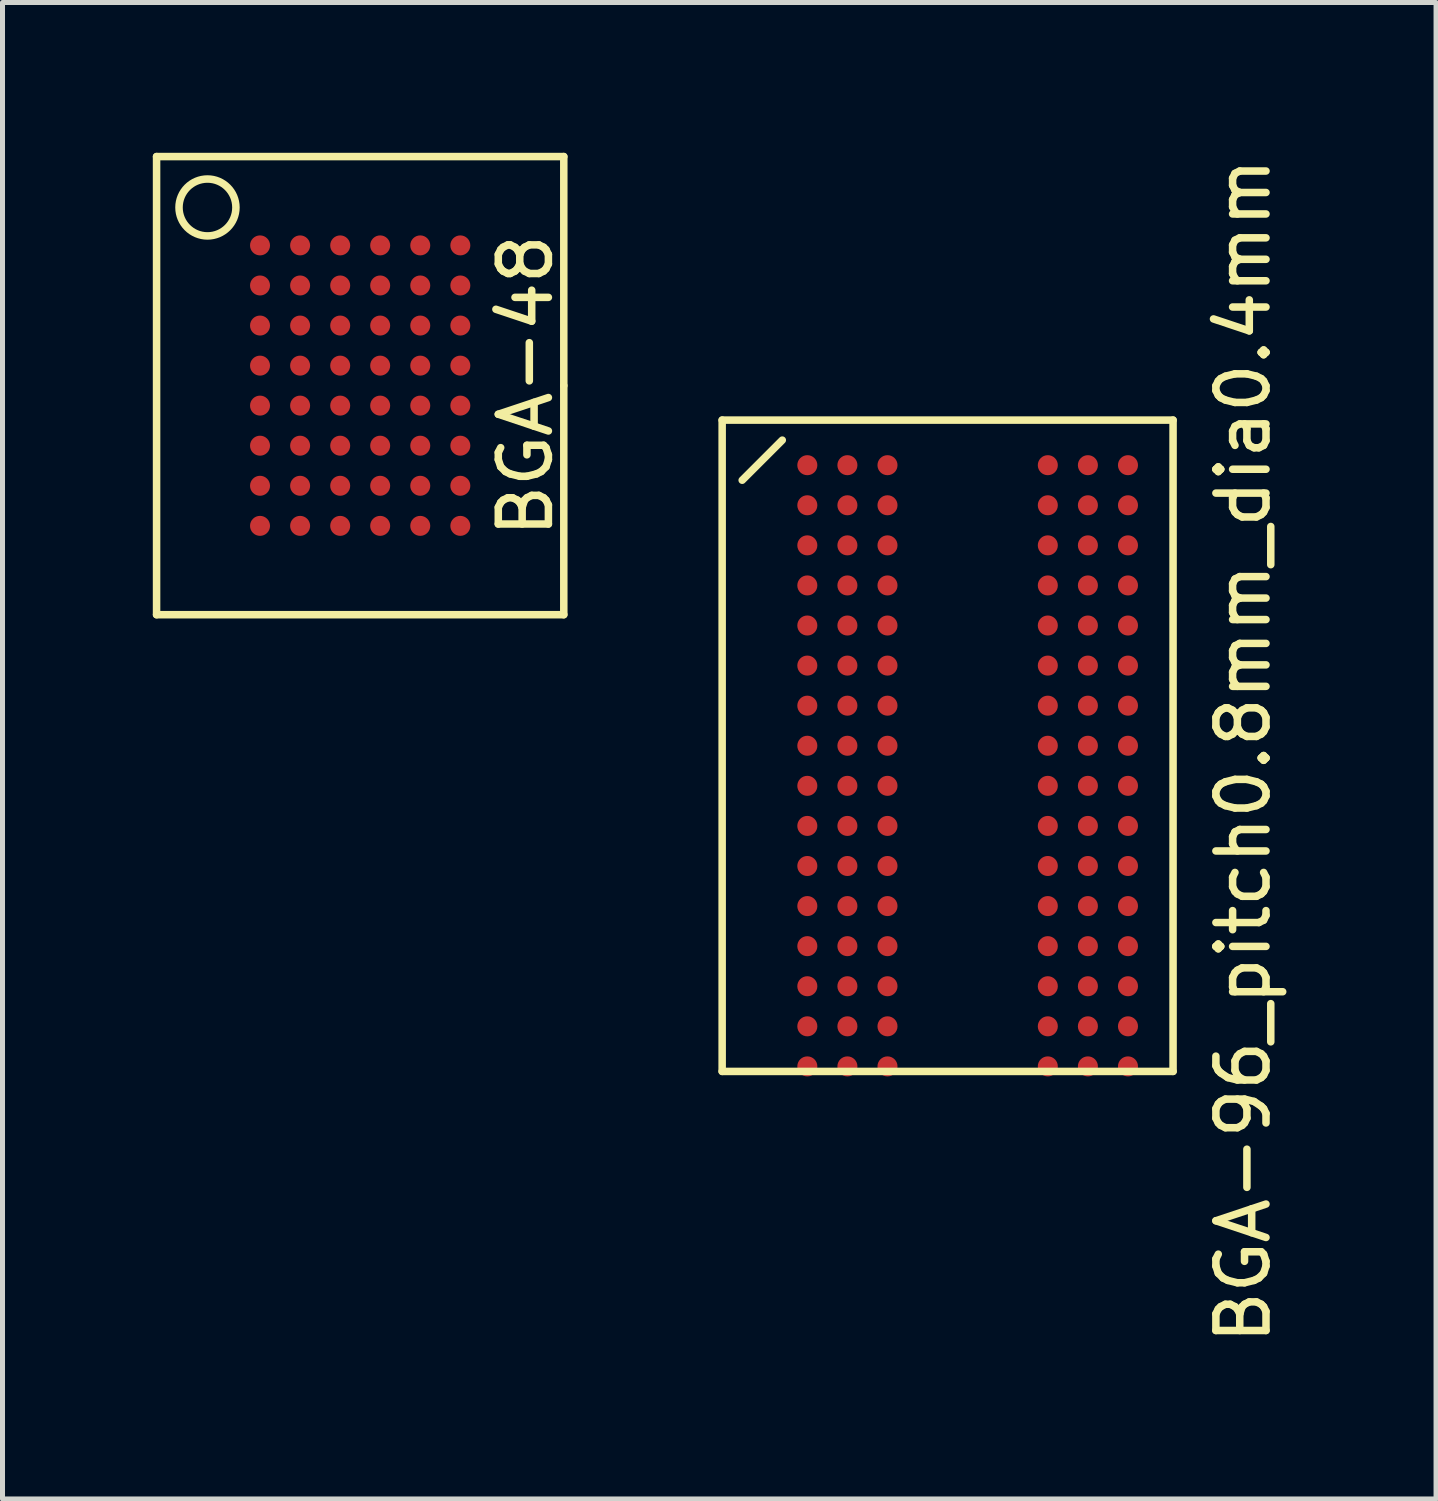
<source format=kicad_pcb>
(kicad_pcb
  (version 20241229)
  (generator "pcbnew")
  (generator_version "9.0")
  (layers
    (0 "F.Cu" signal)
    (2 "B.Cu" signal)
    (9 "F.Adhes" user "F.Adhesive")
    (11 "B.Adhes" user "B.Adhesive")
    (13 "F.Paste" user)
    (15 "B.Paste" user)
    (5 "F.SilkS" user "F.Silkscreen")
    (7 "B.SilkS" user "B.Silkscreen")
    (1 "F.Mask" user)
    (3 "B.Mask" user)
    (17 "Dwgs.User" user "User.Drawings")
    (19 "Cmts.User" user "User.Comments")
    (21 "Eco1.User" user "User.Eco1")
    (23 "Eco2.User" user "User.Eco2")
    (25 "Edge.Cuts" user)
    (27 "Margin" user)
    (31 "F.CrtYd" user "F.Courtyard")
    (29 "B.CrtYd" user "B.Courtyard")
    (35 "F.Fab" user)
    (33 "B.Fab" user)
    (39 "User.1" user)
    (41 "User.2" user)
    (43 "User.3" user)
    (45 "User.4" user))
  (footprint "BGA-96_pitch0.8mm_dia0.4mm"
    (layer "F.Cu")
    (at 15.864 11.835)
    (property "Reference" "BGA-96_pitch0.8mm_dia0.4mm" (at 5.9 0.1 90) (layer "F.SilkS") (effects (font (size 1 1) (thickness 0.15))))
    (attr smd)
    (fp_line (start -4.5 -6.5) (end 4.5 -6.5) (stroke (width 0.15) (type solid)) (layer "F.SilkS"))
    (fp_line (start -4.5 6.5) (end -4.5 -6.5) (stroke (width 0.15) (type solid)) (layer "F.SilkS"))
    (fp_line (start -4.1 -5.3) (end -3.3 -6.1) (stroke (width 0.15) (type solid)) (layer "F.SilkS"))
    (fp_line (start 4.5 -6.5) (end 4.5 6.5) (stroke (width 0.15) (type solid)) (layer "F.SilkS"))
    (fp_line (start 4.5 6.5) (end -4.5 6.5) (stroke (width 0.15) (type solid)) (layer "F.SilkS"))
    (pad "A1" smd circle (at -2.8 -5.6) (size 0.4 0.4) (layers "F.Cu" "F.Mask" "F.Paste"))
    (pad "A2" smd circle (at -2 -5.6) (size 0.4 0.4) (layers "F.Cu" "F.Mask" "F.Paste"))
    (pad "A3" smd circle (at -1.2 -5.6) (size 0.4 0.4) (layers "F.Cu" "F.Mask" "F.Paste"))
    (pad "A7" smd circle (at 2 -5.6) (size 0.4 0.4) (layers "F.Cu" "F.Mask" "F.Paste"))
    (pad "A8" smd circle (at 2.8 -5.6) (size 0.4 0.4) (layers "F.Cu" "F.Mask" "F.Paste"))
    (pad "A9" smd circle (at 3.6 -5.6) (size 0.4 0.4) (layers "F.Cu" "F.Mask" "F.Paste"))
    (pad "B1" smd circle (at -2.8 -4.8) (size 0.4 0.4) (layers "F.Cu" "F.Mask" "F.Paste"))
    (pad "B2" smd circle (at -2 -4.8) (size 0.4 0.4) (layers "F.Cu" "F.Mask" "F.Paste"))
    (pad "B3" smd circle (at -1.2 -4.8) (size 0.4 0.4) (layers "F.Cu" "F.Mask" "F.Paste"))
    (pad "B7" smd circle (at 2 -4.8) (size 0.4 0.4) (layers "F.Cu" "F.Mask" "F.Paste"))
    (pad "B8" smd circle (at 2.8 -4.8) (size 0.4 0.4) (layers "F.Cu" "F.Mask" "F.Paste"))
    (pad "B9" smd circle (at 3.6 -4.8) (size 0.4 0.4) (layers "F.Cu" "F.Mask" "F.Paste"))
    (pad "C1" smd circle (at -2.8 -4) (size 0.4 0.4) (layers "F.Cu" "F.Mask" "F.Paste"))
    (pad "C2" smd circle (at -2 -4) (size 0.4 0.4) (layers "F.Cu" "F.Mask" "F.Paste"))
    (pad "C3" smd circle (at -1.2 -4) (size 0.4 0.4) (layers "F.Cu" "F.Mask" "F.Paste"))
    (pad "C7" smd circle (at 2 -4) (size 0.4 0.4) (layers "F.Cu" "F.Mask" "F.Paste"))
    (pad "C8" smd circle (at 2.8 -4) (size 0.4 0.4) (layers "F.Cu" "F.Mask" "F.Paste"))
    (pad "C9" smd circle (at 3.6 -4) (size 0.4 0.4) (layers "F.Cu" "F.Mask" "F.Paste"))
    (pad "D1" smd circle (at -2.8 -3.2) (size 0.4 0.4) (layers "F.Cu" "F.Mask" "F.Paste"))
    (pad "D2" smd circle (at -2 -3.2) (size 0.4 0.4) (layers "F.Cu" "F.Mask" "F.Paste"))
    (pad "D3" smd circle (at -1.2 -3.2) (size 0.4 0.4) (layers "F.Cu" "F.Mask" "F.Paste"))
    (pad "D7" smd circle (at 2 -3.2) (size 0.4 0.4) (layers "F.Cu" "F.Mask" "F.Paste"))
    (pad "D8" smd circle (at 2.8 -3.2) (size 0.4 0.4) (layers "F.Cu" "F.Mask" "F.Paste"))
    (pad "D9" smd circle (at 3.6 -3.2) (size 0.4 0.4) (layers "F.Cu" "F.Mask" "F.Paste"))
    (pad "E1" smd circle (at -2.8 -2.4) (size 0.4 0.4) (layers "F.Cu" "F.Mask" "F.Paste"))
    (pad "E2" smd circle (at -2 -2.4) (size 0.4 0.4) (layers "F.Cu" "F.Mask" "F.Paste"))
    (pad "E3" smd circle (at -1.2 -2.4) (size 0.4 0.4) (layers "F.Cu" "F.Mask" "F.Paste"))
    (pad "E7" smd circle (at 2 -2.4) (size 0.4 0.4) (layers "F.Cu" "F.Mask" "F.Paste"))
    (pad "E8" smd circle (at 2.8 -2.4) (size 0.4 0.4) (layers "F.Cu" "F.Mask" "F.Paste"))
    (pad "E9" smd circle (at 3.6 -2.4) (size 0.4 0.4) (layers "F.Cu" "F.Mask" "F.Paste"))
    (pad "F1" smd circle (at -2.8 -1.6) (size 0.4 0.4) (layers "F.Cu" "F.Mask" "F.Paste"))
    (pad "F2" smd circle (at -2 -1.6) (size 0.4 0.4) (layers "F.Cu" "F.Mask" "F.Paste"))
    (pad "F3" smd circle (at -1.2 -1.6) (size 0.4 0.4) (layers "F.Cu" "F.Mask" "F.Paste"))
    (pad "F7" smd circle (at 2 -1.6) (size 0.4 0.4) (layers "F.Cu" "F.Mask" "F.Paste"))
    (pad "F8" smd circle (at 2.8 -1.6) (size 0.4 0.4) (layers "F.Cu" "F.Mask" "F.Paste"))
    (pad "F9" smd circle (at 3.6 -1.6) (size 0.4 0.4) (layers "F.Cu" "F.Mask" "F.Paste"))
    (pad "G1" smd circle (at -2.8 -0.8) (size 0.4 0.4) (layers "F.Cu" "F.Mask" "F.Paste"))
    (pad "G2" smd circle (at -2 -0.8) (size 0.4 0.4) (layers "F.Cu" "F.Mask" "F.Paste"))
    (pad "G3" smd circle (at -1.2 -0.8) (size 0.4 0.4) (layers "F.Cu" "F.Mask" "F.Paste"))
    (pad "G7" smd circle (at 2 -0.8) (size 0.4 0.4) (layers "F.Cu" "F.Mask" "F.Paste"))
    (pad "G8" smd circle (at 2.8 -0.8) (size 0.4 0.4) (layers "F.Cu" "F.Mask" "F.Paste"))
    (pad "G9" smd circle (at 3.6 -0.8) (size 0.4 0.4) (layers "F.Cu" "F.Mask" "F.Paste"))
    (pad "H1" smd circle (at -2.8 0) (size 0.4 0.4) (layers "F.Cu" "F.Mask" "F.Paste"))
    (pad "H2" smd circle (at -2 0) (size 0.4 0.4) (layers "F.Cu" "F.Mask" "F.Paste"))
    (pad "H3" smd circle (at -1.2 0) (size 0.4 0.4) (layers "F.Cu" "F.Mask" "F.Paste"))
    (pad "H7" smd circle (at 2 0) (size 0.4 0.4) (layers "F.Cu" "F.Mask" "F.Paste"))
    (pad "H8" smd circle (at 2.8 0) (size 0.4 0.4) (layers "F.Cu" "F.Mask" "F.Paste"))
    (pad "H9" smd circle (at 3.6 0) (size 0.4 0.4) (layers "F.Cu" "F.Mask" "F.Paste"))
    (pad "J1" smd circle (at -2.8 0.8) (size 0.4 0.4) (layers "F.Cu" "F.Mask" "F.Paste"))
    (pad "J2" smd circle (at -2 0.8) (size 0.4 0.4) (layers "F.Cu" "F.Mask" "F.Paste"))
    (pad "J3" smd circle (at -1.2 0.8) (size 0.4 0.4) (layers "F.Cu" "F.Mask" "F.Paste"))
    (pad "J7" smd circle (at 2 0.8) (size 0.4 0.4) (layers "F.Cu" "F.Mask" "F.Paste"))
    (pad "J8" smd circle (at 2.8 0.8) (size 0.4 0.4) (layers "F.Cu" "F.Mask" "F.Paste"))
    (pad "J9" smd circle (at 3.6 0.8) (size 0.4 0.4) (layers "F.Cu" "F.Mask" "F.Paste"))
    (pad "K1" smd circle (at -2.8 1.6) (size 0.4 0.4) (layers "F.Cu" "F.Mask" "F.Paste"))
    (pad "K2" smd circle (at -2 1.6) (size 0.4 0.4) (layers "F.Cu" "F.Mask" "F.Paste"))
    (pad "K3" smd circle (at -1.2 1.6) (size 0.4 0.4) (layers "F.Cu" "F.Mask" "F.Paste"))
    (pad "K7" smd circle (at 2 1.6) (size 0.4 0.4) (layers "F.Cu" "F.Mask" "F.Paste"))
    (pad "K8" smd circle (at 2.8 1.6) (size 0.4 0.4) (layers "F.Cu" "F.Mask" "F.Paste"))
    (pad "K9" smd circle (at 3.6 1.6) (size 0.4 0.4) (layers "F.Cu" "F.Mask" "F.Paste"))
    (pad "L1" smd circle (at -2.8 2.4) (size 0.4 0.4) (layers "F.Cu" "F.Mask" "F.Paste"))
    (pad "L2" smd circle (at -2 2.4) (size 0.4 0.4) (layers "F.Cu" "F.Mask" "F.Paste"))
    (pad "L3" smd circle (at -1.2 2.4) (size 0.4 0.4) (layers "F.Cu" "F.Mask" "F.Paste"))
    (pad "L7" smd circle (at 2 2.4) (size 0.4 0.4) (layers "F.Cu" "F.Mask" "F.Paste"))
    (pad "L8" smd circle (at 2.8 2.4) (size 0.4 0.4) (layers "F.Cu" "F.Mask" "F.Paste"))
    (pad "L9" smd circle (at 3.6 2.4) (size 0.4 0.4) (layers "F.Cu" "F.Mask" "F.Paste"))
    (pad "M1" smd circle (at -2.8 3.2) (size 0.4 0.4) (layers "F.Cu" "F.Mask" "F.Paste"))
    (pad "M2" smd circle (at -2 3.2) (size 0.4 0.4) (layers "F.Cu" "F.Mask" "F.Paste"))
    (pad "M3" smd circle (at -1.2 3.2) (size 0.4 0.4) (layers "F.Cu" "F.Mask" "F.Paste"))
    (pad "M7" smd circle (at 2 3.2) (size 0.4 0.4) (layers "F.Cu" "F.Mask" "F.Paste"))
    (pad "M8" smd circle (at 2.8 3.2) (size 0.4 0.4) (layers "F.Cu" "F.Mask" "F.Paste"))
    (pad "M9" smd circle (at 3.6 3.2) (size 0.4 0.4) (layers "F.Cu" "F.Mask" "F.Paste"))
    (pad "N1" smd circle (at -2.8 4) (size 0.4 0.4) (layers "F.Cu" "F.Mask" "F.Paste"))
    (pad "N2" smd circle (at -2 4) (size 0.4 0.4) (layers "F.Cu" "F.Mask" "F.Paste"))
    (pad "N3" smd circle (at -1.2 4) (size 0.4 0.4) (layers "F.Cu" "F.Mask" "F.Paste"))
    (pad "N7" smd circle (at 2 4) (size 0.4 0.4) (layers "F.Cu" "F.Mask" "F.Paste"))
    (pad "N8" smd circle (at 2.8 4) (size 0.4 0.4) (layers "F.Cu" "F.Mask" "F.Paste"))
    (pad "N9" smd circle (at 3.6 4) (size 0.4 0.4) (layers "F.Cu" "F.Mask" "F.Paste"))
    (pad "P1" smd circle (at -2.8 4.8) (size 0.4 0.4) (layers "F.Cu" "F.Mask" "F.Paste"))
    (pad "P2" smd circle (at -2 4.8) (size 0.4 0.4) (layers "F.Cu" "F.Mask" "F.Paste"))
    (pad "P3" smd circle (at -1.2 4.8) (size 0.4 0.4) (layers "F.Cu" "F.Mask" "F.Paste"))
    (pad "P7" smd circle (at 2 4.8) (size 0.4 0.4) (layers "F.Cu" "F.Mask" "F.Paste"))
    (pad "P8" smd circle (at 2.8 4.8) (size 0.4 0.4) (layers "F.Cu" "F.Mask" "F.Paste"))
    (pad "P9" smd circle (at 3.6 4.8) (size 0.4 0.4) (layers "F.Cu" "F.Mask" "F.Paste"))
    (pad "R1" smd circle (at -2.8 5.6) (size 0.4 0.4) (layers "F.Cu" "F.Mask" "F.Paste"))
    (pad "R2" smd circle (at -2 5.6) (size 0.4 0.4) (layers "F.Cu" "F.Mask" "F.Paste"))
    (pad "R3" smd circle (at -1.2 5.6) (size 0.4 0.4) (layers "F.Cu" "F.Mask" "F.Paste"))
    (pad "R7" smd circle (at 2 5.6) (size 0.4 0.4) (layers "F.Cu" "F.Mask" "F.Paste"))
    (pad "R8" smd circle (at 2.8 5.6) (size 0.4 0.4) (layers "F.Cu" "F.Mask" "F.Paste"))
    (pad "R9" smd circle (at 3.6 5.6) (size 0.4 0.4) (layers "F.Cu" "F.Mask" "F.Paste"))
    (pad "T1" smd circle (at -2.8 6.4) (size 0.4 0.4) (layers "F.Cu" "F.Mask" "F.Paste"))
    (pad "T2" smd circle (at -2 6.4) (size 0.4 0.4) (layers "F.Cu" "F.Mask" "F.Paste"))
    (pad "T3" smd circle (at -1.2 6.4) (size 0.4 0.4) (layers "F.Cu" "F.Mask" "F.Paste"))
    (pad "T7" smd circle (at 2 6.4) (size 0.4 0.4) (layers "F.Cu" "F.Mask" "F.Paste"))
    (pad "T8" smd circle (at 2.8 6.4) (size 0.4 0.4) (layers "F.Cu" "F.Mask" "F.Paste"))
    (pad "T9" smd circle (at 3.6 6.4) (size 0.4 0.4) (layers "F.Cu" "F.Mask" "F.Paste")))
  (footprint "BGA-48"
    (layer "F.Cu")
    (at 4.139 4.647)
    (property "Reference" "BGA-48" (at 3.302 0 90) (layer "F.SilkS") (effects (font (size 1 1) (thickness 0.15))))
    (attr smd)
    (fp_line (start -4.064 -4.572) (end 4.064 -4.572) (stroke (width 0.15) (type solid)) (layer "F.SilkS"))
    (fp_line (start -4.064 4.572) (end -4.064 -4.572) (stroke (width 0.15) (type solid)) (layer "F.SilkS"))
    (fp_line (start 4.064 -4.572) (end 4.064 0) (stroke (width 0.15) (type solid)) (layer "F.SilkS"))
    (fp_line (start 4.064 0) (end 4.064 4.572) (stroke (width 0.15) (type solid)) (layer "F.SilkS"))
    (fp_line (start 4.064 4.572) (end -4.064 4.572) (stroke (width 0.15) (type solid)) (layer "F.SilkS"))
    (fp_circle (center -3.048 -3.556) (end -3.302 -4.064) (stroke (width 0.15) (type solid)) (fill no) (layer "F.SilkS"))
    (pad "A1" smd circle (at -1.999 -2.799) (size 0.399 0.399) (layers "F.Cu" "F.Mask" "F.Paste"))
    (pad "A2" smd circle (at -1.199 -2.799) (size 0.399 0.399) (layers "F.Cu" "F.Mask" "F.Paste"))
    (pad "A3" smd circle (at -0.399 -2.799) (size 0.399 0.399) (layers "F.Cu" "F.Mask" "F.Paste"))
    (pad "A4" smd circle (at 0.399 -2.799) (size 0.399 0.399) (layers "F.Cu" "F.Mask" "F.Paste"))
    (pad "A5" smd circle (at 1.199 -2.799) (size 0.399 0.399) (layers "F.Cu" "F.Mask" "F.Paste"))
    (pad "A6" smd circle (at 1.999 -2.799) (size 0.399 0.399) (layers "F.Cu" "F.Mask" "F.Paste"))
    (pad "B1" smd circle (at -1.999 -1.999) (size 0.399 0.399) (layers "F.Cu" "F.Mask" "F.Paste"))
    (pad "B2" smd circle (at -1.199 -1.999) (size 0.399 0.399) (layers "F.Cu" "F.Mask" "F.Paste"))
    (pad "B3" smd circle (at -0.399 -1.999) (size 0.399 0.399) (layers "F.Cu" "F.Mask" "F.Paste"))
    (pad "B4" smd circle (at 0.399 -1.999) (size 0.399 0.399) (layers "F.Cu" "F.Mask" "F.Paste"))
    (pad "B5" smd circle (at 1.199 -1.999) (size 0.399 0.399) (layers "F.Cu" "F.Mask" "F.Paste"))
    (pad "B6" smd circle (at 1.999 -1.999) (size 0.399 0.399) (layers "F.Cu" "F.Mask" "F.Paste"))
    (pad "C1" smd circle (at -1.999 -1.199) (size 0.399 0.399) (layers "F.Cu" "F.Mask" "F.Paste"))
    (pad "C2" smd circle (at -1.199 -1.199) (size 0.399 0.399) (layers "F.Cu" "F.Mask" "F.Paste"))
    (pad "C3" smd circle (at -0.399 -1.199) (size 0.399 0.399) (layers "F.Cu" "F.Mask" "F.Paste"))
    (pad "C4" smd circle (at 0.399 -1.199) (size 0.399 0.399) (layers "F.Cu" "F.Mask" "F.Paste"))
    (pad "C5" smd circle (at 1.199 -1.199) (size 0.399 0.399) (layers "F.Cu" "F.Mask" "F.Paste"))
    (pad "C6" smd circle (at 1.999 -1.199) (size 0.399 0.399) (layers "F.Cu" "F.Mask" "F.Paste"))
    (pad "D1" smd circle (at -1.999 -0.399) (size 0.399 0.399) (layers "F.Cu" "F.Mask" "F.Paste"))
    (pad "D2" smd circle (at -1.199 -0.399) (size 0.399 0.399) (layers "F.Cu" "F.Mask" "F.Paste"))
    (pad "D3" smd circle (at -0.399 -0.399) (size 0.399 0.399) (layers "F.Cu" "F.Mask" "F.Paste"))
    (pad "D4" smd circle (at 0.399 -0.399) (size 0.399 0.399) (layers "F.Cu" "F.Mask" "F.Paste"))
    (pad "D5" smd circle (at 1.199 -0.399) (size 0.399 0.399) (layers "F.Cu" "F.Mask" "F.Paste"))
    (pad "D6" smd circle (at 1.999 -0.399) (size 0.399 0.399) (layers "F.Cu" "F.Mask" "F.Paste"))
    (pad "E1" smd circle (at -1.999 0.399) (size 0.399 0.399) (layers "F.Cu" "F.Mask" "F.Paste"))
    (pad "E2" smd circle (at -1.199 0.399) (size 0.399 0.399) (layers "F.Cu" "F.Mask" "F.Paste"))
    (pad "E3" smd circle (at -0.399 0.399) (size 0.399 0.399) (layers "F.Cu" "F.Mask" "F.Paste"))
    (pad "E4" smd circle (at 0.399 0.399) (size 0.399 0.399) (layers "F.Cu" "F.Mask" "F.Paste"))
    (pad "E5" smd circle (at 1.199 0.399) (size 0.399 0.399) (layers "F.Cu" "F.Mask" "F.Paste"))
    (pad "E6" smd circle (at 1.999 0.399) (size 0.399 0.399) (layers "F.Cu" "F.Mask" "F.Paste"))
    (pad "F1" smd circle (at -1.999 1.199) (size 0.399 0.399) (layers "F.Cu" "F.Mask" "F.Paste"))
    (pad "F2" smd circle (at -1.199 1.199) (size 0.399 0.399) (layers "F.Cu" "F.Mask" "F.Paste"))
    (pad "F3" smd circle (at -0.399 1.199) (size 0.399 0.399) (layers "F.Cu" "F.Mask" "F.Paste"))
    (pad "F4" smd circle (at 0.399 1.199) (size 0.399 0.399) (layers "F.Cu" "F.Mask" "F.Paste"))
    (pad "F5" smd circle (at 1.199 1.199) (size 0.399 0.399) (layers "F.Cu" "F.Mask" "F.Paste"))
    (pad "F6" smd circle (at 1.999 1.199) (size 0.399 0.399) (layers "F.Cu" "F.Mask" "F.Paste"))
    (pad "G1" smd circle (at -1.999 1.999) (size 0.399 0.399) (layers "F.Cu" "F.Mask" "F.Paste"))
    (pad "G2" smd circle (at -1.199 1.999) (size 0.399 0.399) (layers "F.Cu" "F.Mask" "F.Paste"))
    (pad "G3" smd circle (at -0.399 1.999) (size 0.399 0.399) (layers "F.Cu" "F.Mask" "F.Paste"))
    (pad "G4" smd circle (at 0.399 1.999) (size 0.399 0.399) (layers "F.Cu" "F.Mask" "F.Paste"))
    (pad "G5" smd circle (at 1.199 1.999) (size 0.399 0.399) (layers "F.Cu" "F.Mask" "F.Paste"))
    (pad "G6" smd circle (at 1.999 1.999) (size 0.399 0.399) (layers "F.Cu" "F.Mask" "F.Paste"))
    (pad "H1" smd circle (at -1.999 2.799) (size 0.399 0.399) (layers "F.Cu" "F.Mask" "F.Paste"))
    (pad "H2" smd circle (at -1.199 2.799) (size 0.399 0.399) (layers "F.Cu" "F.Mask" "F.Paste"))
    (pad "H3" smd circle (at -0.399 2.799) (size 0.399 0.399) (layers "F.Cu" "F.Mask" "F.Paste"))
    (pad "H4" smd circle (at 0.399 2.799) (size 0.399 0.399) (layers "F.Cu" "F.Mask" "F.Paste"))
    (pad "H5" smd circle (at 1.199 2.799) (size 0.399 0.399) (layers "F.Cu" "F.Mask" "F.Paste"))
    (pad "H6" smd circle (at 1.999 2.799) (size 0.399 0.399) (layers "F.Cu" "F.Mask" "F.Paste")))
  (gr_rect
    (start -3 -3)
    (end 25.613 26.869)
    (stroke (width 0.1) (type default))
    (fill no)
    (layer "Edge.Cuts")))
</source>
